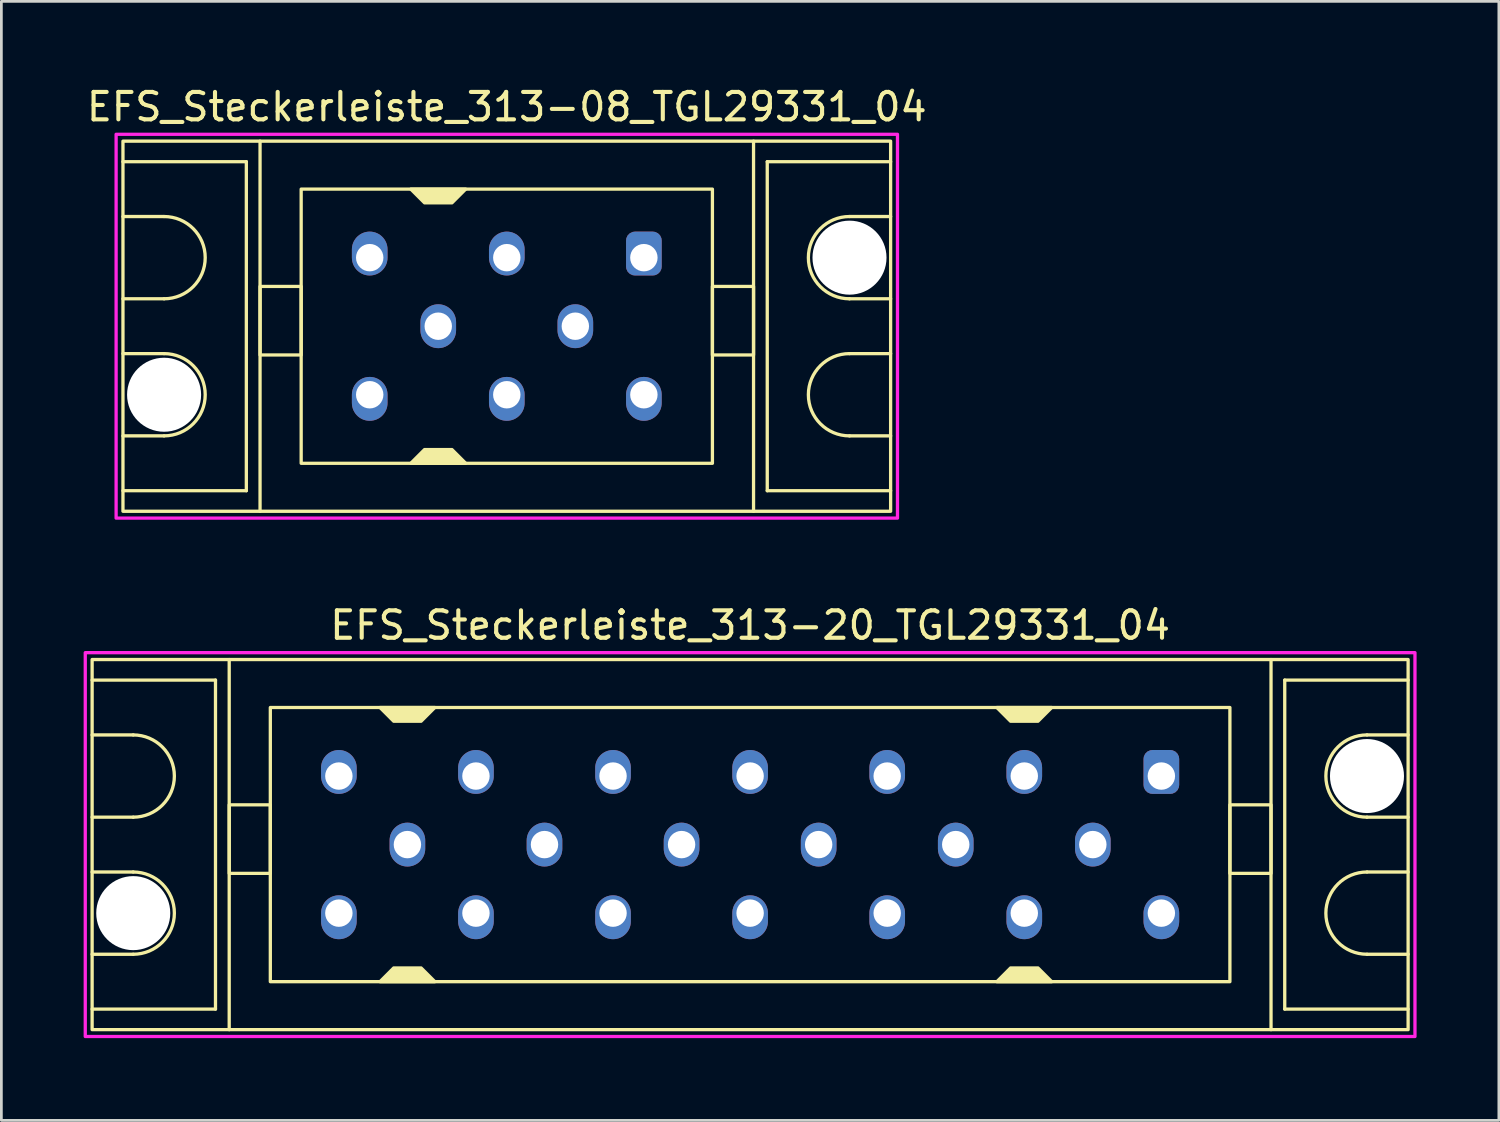
<source format=kicad_pcb>
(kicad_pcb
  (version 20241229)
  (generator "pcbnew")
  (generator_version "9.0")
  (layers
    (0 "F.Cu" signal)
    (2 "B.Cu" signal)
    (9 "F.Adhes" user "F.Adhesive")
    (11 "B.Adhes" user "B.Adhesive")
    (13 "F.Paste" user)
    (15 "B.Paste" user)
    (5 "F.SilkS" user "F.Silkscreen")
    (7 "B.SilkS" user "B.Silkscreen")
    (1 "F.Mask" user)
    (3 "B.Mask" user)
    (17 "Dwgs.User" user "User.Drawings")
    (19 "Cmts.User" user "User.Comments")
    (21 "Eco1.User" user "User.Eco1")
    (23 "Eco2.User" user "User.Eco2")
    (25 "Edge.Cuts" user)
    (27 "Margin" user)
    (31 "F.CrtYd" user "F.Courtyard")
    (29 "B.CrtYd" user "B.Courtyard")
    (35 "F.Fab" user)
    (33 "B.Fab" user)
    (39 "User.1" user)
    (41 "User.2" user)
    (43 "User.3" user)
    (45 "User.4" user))
  (footprint "EFS_Steckerleiste_313-08_TGL29331_04"
    (layer "F.Cu")
    (at 15.435 8.848)
    (property "Reference" "EFS_Steckerleiste_313-08_TGL29331_04" (at 0 -8 180) (layer "F.SilkS") (effects (font (size 1 1) (thickness 0.15))))
    (attr through_hole)
    (fp_line (start -14 -6) (end -9.5 -6) (stroke (width 0.12) (type solid)) (layer "F.SilkS"))
    (fp_line (start -12.5 -4) (end -14 -4) (stroke (width 0.12) (type solid)) (layer "F.SilkS"))
    (fp_line (start -12.5 -1) (end -14 -1) (stroke (width 0.12) (type solid)) (layer "F.SilkS"))
    (fp_line (start -12.5 1) (end -14 1) (stroke (width 0.12) (type solid)) (layer "F.SilkS"))
    (fp_line (start -12.5 4) (end -14 4) (stroke (width 0.12) (type solid)) (layer "F.SilkS"))
    (fp_line (start -9.5 -6) (end -9.5 6) (stroke (width 0.12) (type solid)) (layer "F.SilkS"))
    (fp_line (start -9.5 6) (end -14 6) (stroke (width 0.12) (type solid)) (layer "F.SilkS"))
    (fp_line (start -9 6.75) (end -9 -6.75) (stroke (width 0.12) (type solid)) (layer "F.SilkS"))
    (fp_line (start 9 6.75) (end 9 -6.75) (stroke (width 0.12) (type solid)) (layer "F.SilkS"))
    (fp_line (start 9.5 -6) (end 9.5 6) (stroke (width 0.12) (type solid)) (layer "F.SilkS"))
    (fp_line (start 9.5 6) (end 14 6) (stroke (width 0.12) (type solid)) (layer "F.SilkS"))
    (fp_line (start 12.5 -4) (end 14 -4) (stroke (width 0.12) (type solid)) (layer "F.SilkS"))
    (fp_line (start 12.5 -1) (end 14 -1) (stroke (width 0.12) (type solid)) (layer "F.SilkS"))
    (fp_line (start 12.5 1) (end 14 1) (stroke (width 0.12) (type solid)) (layer "F.SilkS"))
    (fp_line (start 12.5 4) (end 14 4) (stroke (width 0.12) (type solid)) (layer "F.SilkS"))
    (fp_line (start 14 -6) (end 9.5 -6) (stroke (width 0.12) (type solid)) (layer "F.SilkS"))
    (fp_rect (start -14 -6.75) (end 14 6.75) (stroke (width 0.12) (type solid)) (fill no) (layer "F.SilkS"))
    (fp_rect (start -7.5 -5) (end 7.5 5) (stroke (width 0.12) (type solid)) (fill no) (layer "F.SilkS"))
    (fp_rect (start -7.5 -1.45) (end -9 1.05) (stroke (width 0.12) (type solid)) (fill no) (layer "F.SilkS"))
    (fp_rect (start 9 -1.45) (end 7.5 1.05) (stroke (width 0.12) (type solid)) (fill no) (layer "F.SilkS"))
    (fp_arc (start -12.5 -4) (mid -11 -2.5) (end -12.5 -1) (stroke (width 0.12) (type solid)) (layer "F.SilkS"))
    (fp_arc (start -12.5 1) (mid -11 2.5) (end -12.5 4) (stroke (width 0.12) (type solid)) (layer "F.SilkS"))
    (fp_arc (start 12.5 -1) (mid 11 -2.5) (end 12.5 -4) (stroke (width 0.12) (type solid)) (layer "F.SilkS"))
    (fp_arc (start 12.5 4) (mid 11 2.5) (end 12.5 1) (stroke (width 0.12) (type solid)) (layer "F.SilkS"))
    (fp_poly (pts (xy -3 4.5) (xy -2 4.5) (xy -1.5 5) (xy -3.5 5)) (stroke (width 0.12) (type solid)) (fill yes) (layer "F.SilkS"))
    (fp_poly (pts (xy -2 -4.5) (xy -3 -4.5) (xy -3.5 -5) (xy -1.5 -5)) (stroke (width 0.12) (type solid)) (fill yes) (layer "F.SilkS"))
    (fp_rect (start -14.25 -7) (end 14.25 7) (stroke (width 0.12) (type solid)) (fill no) (layer "F.CrtYd"))
    (pad "" np_thru_hole circle (at -12.5 2.5) (size 2.7 2.7) (drill 2.7) (layers "*.Cu" "*.Mask"))
    (pad "" np_thru_hole circle (at 12.5 -2.5) (size 2.7 2.7) (drill 2.7) (layers "*.Cu" "*.Mask"))
    (pad "1a" thru_hole roundrect (at 5 -2.5) (size 1.3 1.6) (drill 1 (offset 0 -0.15)) (layers "*.Cu" "*.Mask") (roundrect_rratio 0.25))
    (pad "1c" thru_hole oval (at 5 2.5) (size 1.3 1.6) (drill 1 (offset 0 0.15)) (layers "*.Cu" "*.Mask"))
    (pad "2b" thru_hole oval (at 2.5 0 180) (size 1.3 1.6) (drill 1) (layers "*.Cu" "*.Mask"))
    (pad "3a" thru_hole oval (at 0 -2.5) (size 1.3 1.6) (drill 1 (offset 0 -0.15)) (layers "*.Cu" "*.Mask"))
    (pad "3c" thru_hole oval (at 0 2.5) (size 1.3 1.6) (drill 1 (offset 0 0.15)) (layers "*.Cu" "*.Mask"))
    (pad "4b" thru_hole oval (at -2.5 0 180) (size 1.3 1.6) (drill 1) (layers "*.Cu" "*.Mask"))
    (pad "5a" thru_hole oval (at -5 -2.5) (size 1.3 1.6) (drill 1 (offset 0 -0.15)) (layers "*.Cu" "*.Mask"))
    (pad "5c" thru_hole oval (at -5 2.5) (size 1.3 1.6) (drill 1 (offset 0 0.15)) (layers "*.Cu" "*.Mask")))
  (footprint "EFS_Steckerleiste_313-20_TGL29331_04"
    (layer "F.Cu")
    (at 24.31 27.756)
    (property "Reference" "EFS_Steckerleiste_313-20_TGL29331_04" (at 0 -8 180) (layer "F.SilkS") (effects (font (size 1 1) (thickness 0.15))))
    (attr through_hole)
    (fp_line (start -24 -6) (end -19.5 -6) (stroke (width 0.12) (type solid)) (layer "F.SilkS"))
    (fp_line (start -22.5 -4) (end -24 -4) (stroke (width 0.12) (type solid)) (layer "F.SilkS"))
    (fp_line (start -22.5 -1) (end -24 -1) (stroke (width 0.12) (type solid)) (layer "F.SilkS"))
    (fp_line (start -22.5 1) (end -24 1) (stroke (width 0.12) (type solid)) (layer "F.SilkS"))
    (fp_line (start -22.5 4) (end -24 4) (stroke (width 0.12) (type solid)) (layer "F.SilkS"))
    (fp_line (start -19.5 -6) (end -19.5 6) (stroke (width 0.12) (type solid)) (layer "F.SilkS"))
    (fp_line (start -19.5 6) (end -24 6) (stroke (width 0.12) (type solid)) (layer "F.SilkS"))
    (fp_line (start -19 6.75) (end -19 -6.75) (stroke (width 0.12) (type solid)) (layer "F.SilkS"))
    (fp_line (start 19 6.75) (end 19 -6.75) (stroke (width 0.12) (type solid)) (layer "F.SilkS"))
    (fp_line (start 19.5 -6) (end 19.5 6) (stroke (width 0.12) (type solid)) (layer "F.SilkS"))
    (fp_line (start 19.5 6) (end 24 6) (stroke (width 0.12) (type solid)) (layer "F.SilkS"))
    (fp_line (start 22.5 -4) (end 24 -4) (stroke (width 0.12) (type solid)) (layer "F.SilkS"))
    (fp_line (start 22.5 -1) (end 24 -1) (stroke (width 0.12) (type solid)) (layer "F.SilkS"))
    (fp_line (start 22.5 1) (end 24 1) (stroke (width 0.12) (type solid)) (layer "F.SilkS"))
    (fp_line (start 22.5 4) (end 24 4) (stroke (width 0.12) (type solid)) (layer "F.SilkS"))
    (fp_line (start 24 -6) (end 19.5 -6) (stroke (width 0.12) (type solid)) (layer "F.SilkS"))
    (fp_rect (start -24 -6.75) (end 24 6.75) (stroke (width 0.12) (type solid)) (fill no) (layer "F.SilkS"))
    (fp_rect (start -17.5 -5) (end 17.5 5) (stroke (width 0.12) (type solid)) (fill no) (layer "F.SilkS"))
    (fp_rect (start -17.5 -1.45) (end -19 1.05) (stroke (width 0.12) (type solid)) (fill no) (layer "F.SilkS"))
    (fp_rect (start 19 -1.45) (end 17.5 1.05) (stroke (width 0.12) (type solid)) (fill no) (layer "F.SilkS"))
    (fp_arc (start -22.5 -4) (mid -21 -2.5) (end -22.5 -1) (stroke (width 0.12) (type solid)) (layer "F.SilkS"))
    (fp_arc (start -22.5 1) (mid -21 2.5) (end -22.5 4) (stroke (width 0.12) (type solid)) (layer "F.SilkS"))
    (fp_arc (start 22.5 -1) (mid 21 -2.5) (end 22.5 -4) (stroke (width 0.12) (type solid)) (layer "F.SilkS"))
    (fp_arc (start 22.5 4) (mid 21 2.5) (end 22.5 1) (stroke (width 0.12) (type solid)) (layer "F.SilkS"))
    (fp_poly (pts (xy -13 4.5) (xy -12 4.5) (xy -11.5 5) (xy -13.5 5)) (stroke (width 0.12) (type solid)) (fill yes) (layer "F.SilkS"))
    (fp_poly (pts (xy -12 -4.5) (xy -13 -4.5) (xy -13.5 -5) (xy -11.5 -5)) (stroke (width 0.12) (type solid)) (fill yes) (layer "F.SilkS"))
    (fp_poly (pts (xy 9.5 4.5) (xy 10.5 4.5) (xy 11 5) (xy 9 5)) (stroke (width 0.12) (type solid)) (fill yes) (layer "F.SilkS"))
    (fp_poly (pts (xy 10.5 -4.5) (xy 9.5 -4.5) (xy 9 -5) (xy 11 -5)) (stroke (width 0.12) (type solid)) (fill yes) (layer "F.SilkS"))
    (fp_rect (start -24.25 -7) (end 24.25 7) (stroke (width 0.12) (type solid)) (fill no) (layer "F.CrtYd"))
    (pad "" np_thru_hole circle (at -22.5 2.5) (size 2.7 2.7) (drill 2.7) (layers "*.Cu" "*.Mask"))
    (pad "" np_thru_hole circle (at 22.5 -2.5) (size 2.7 2.7) (drill 2.7) (layers "*.Cu" "*.Mask"))
    (pad "1a" thru_hole roundrect (at 15 -2.5) (size 1.3 1.6) (drill 1 (offset 0 -0.15)) (layers "*.Cu" "*.Mask") (roundrect_rratio 0.25))
    (pad "1c" thru_hole oval (at 15 2.5) (size 1.3 1.6) (drill 1 (offset 0 0.15)) (layers "*.Cu" "*.Mask"))
    (pad "2b" thru_hole oval (at 12.5 0 180) (size 1.3 1.6) (drill 1) (layers "*.Cu" "*.Mask"))
    (pad "3a" thru_hole oval (at 10 -2.5) (size 1.3 1.6) (drill 1 (offset 0 -0.15)) (layers "*.Cu" "*.Mask"))
    (pad "3c" thru_hole oval (at 10 2.5) (size 1.3 1.6) (drill 1 (offset 0 0.15)) (layers "*.Cu" "*.Mask"))
    (pad "4b" thru_hole oval (at 7.5 0 180) (size 1.3 1.6) (drill 1) (layers "*.Cu" "*.Mask"))
    (pad "5a" thru_hole oval (at 5 -2.5) (size 1.3 1.6) (drill 1 (offset 0 -0.15)) (layers "*.Cu" "*.Mask"))
    (pad "5c" thru_hole oval (at 5 2.5) (size 1.3 1.6) (drill 1 (offset 0 0.15)) (layers "*.Cu" "*.Mask"))
    (pad "6b" thru_hole oval (at 2.5 0 180) (size 1.3 1.6) (drill 1) (layers "*.Cu" "*.Mask"))
    (pad "7a" thru_hole oval (at 0 -2.5) (size 1.3 1.6) (drill 1 (offset 0 -0.15)) (layers "*.Cu" "*.Mask"))
    (pad "7c" thru_hole oval (at 0 2.5) (size 1.3 1.6) (drill 1 (offset 0 0.15)) (layers "*.Cu" "*.Mask"))
    (pad "8b" thru_hole oval (at -2.5 0 180) (size 1.3 1.6) (drill 1) (layers "*.Cu" "*.Mask"))
    (pad "9a" thru_hole oval (at -5 -2.5) (size 1.3 1.6) (drill 1 (offset 0 -0.15)) (layers "*.Cu" "*.Mask"))
    (pad "9c" thru_hole oval (at -5 2.5) (size 1.3 1.6) (drill 1 (offset 0 0.15)) (layers "*.Cu" "*.Mask"))
    (pad "10b" thru_hole oval (at -7.5 0 180) (size 1.3 1.6) (drill 1) (layers "*.Cu" "*.Mask"))
    (pad "11a" thru_hole oval (at -10 -2.5) (size 1.3 1.6) (drill 1 (offset 0 -0.15)) (layers "*.Cu" "*.Mask"))
    (pad "11c" thru_hole oval (at -10 2.5) (size 1.3 1.6) (drill 1 (offset 0 0.15)) (layers "*.Cu" "*.Mask"))
    (pad "12b" thru_hole oval (at -12.5 0 180) (size 1.3 1.6) (drill 1) (layers "*.Cu" "*.Mask"))
    (pad "13a" thru_hole oval (at -15 -2.5) (size 1.3 1.6) (drill 1 (offset 0 -0.15)) (layers "*.Cu" "*.Mask"))
    (pad "13c" thru_hole oval (at -15 2.5) (size 1.3 1.6) (drill 1 (offset 0 0.15)) (layers "*.Cu" "*.Mask")))
  (gr_rect
    (start -3 -3)
    (end 51.62 37.816)
    (stroke (width 0.1) (type default))
    (fill no)
    (layer "Edge.Cuts")))
</source>
